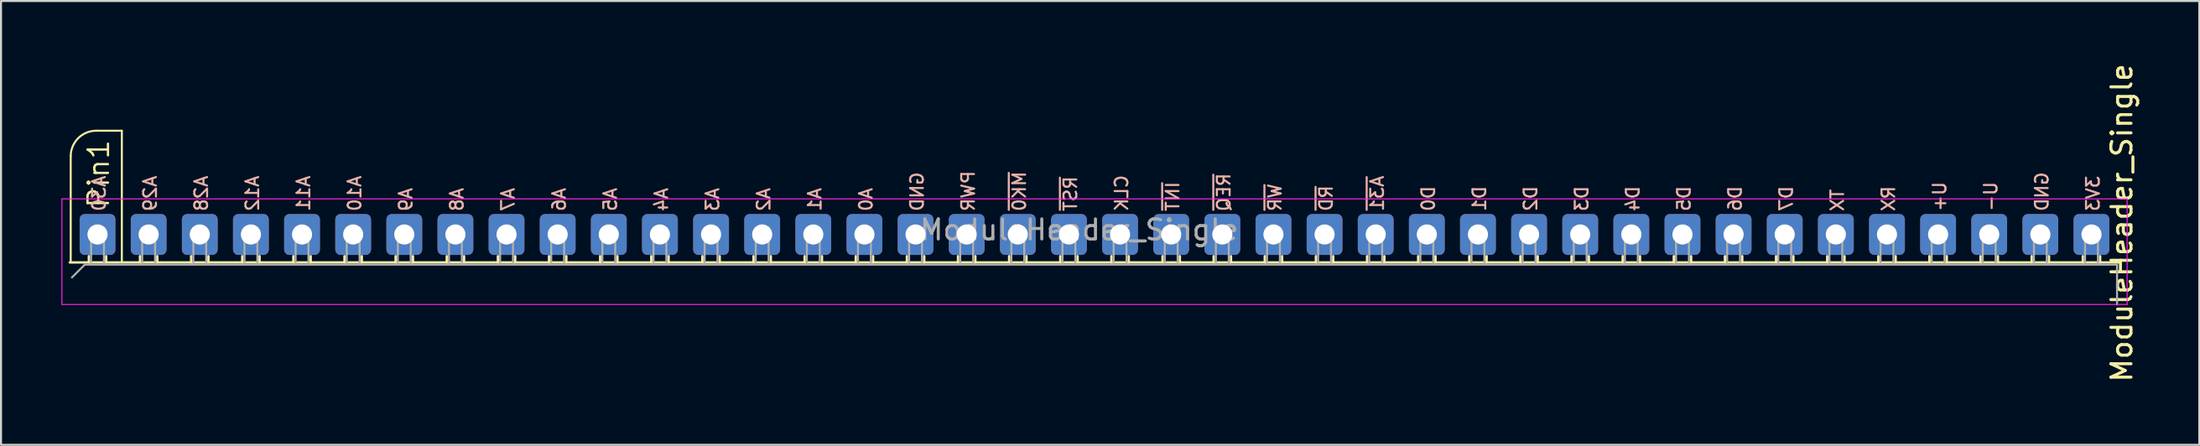
<source format=kicad_pcb>
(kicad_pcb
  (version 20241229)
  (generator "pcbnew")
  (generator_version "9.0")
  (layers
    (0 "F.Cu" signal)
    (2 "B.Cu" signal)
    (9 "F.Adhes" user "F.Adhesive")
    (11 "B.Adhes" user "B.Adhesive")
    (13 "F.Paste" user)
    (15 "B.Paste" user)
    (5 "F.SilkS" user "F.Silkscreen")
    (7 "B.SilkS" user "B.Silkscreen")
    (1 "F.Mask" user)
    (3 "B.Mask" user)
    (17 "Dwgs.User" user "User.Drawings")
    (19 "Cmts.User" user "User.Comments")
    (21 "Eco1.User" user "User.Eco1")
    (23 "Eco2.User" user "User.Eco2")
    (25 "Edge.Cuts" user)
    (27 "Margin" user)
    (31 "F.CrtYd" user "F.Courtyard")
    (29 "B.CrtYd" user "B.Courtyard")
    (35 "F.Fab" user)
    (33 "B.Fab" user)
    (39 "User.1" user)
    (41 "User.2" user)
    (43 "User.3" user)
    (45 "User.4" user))
  (footprint "ModuleHeader_Single"
    (layer "F.Cu")
    (at 48.723 11.067)
    (property "Reference" "ModuleHeader_Single" (at 53.64 -3.038 270) (layer "F.SilkS") (effects (font (size 1 1) (thickness 0.15))))
    (attr through_hole)
    (fp_line (start -48.308 -1.073) (end 53.512 -1.073) (stroke (width 0.12) (type solid)) (layer "F.SilkS"))
    (fp_line (start -48.26 -6.35) (end -48.26 -1.092) (stroke (width 0.1) (type default)) (layer "F.SilkS"))
    (fp_line (start -47.358 -1.385) (end -47.358 -1.073) (stroke (width 0.12) (type solid)) (layer "F.SilkS"))
    (fp_line (start -46.498 -1.385) (end -46.498 -1.073) (stroke (width 0.12) (type solid)) (layer "F.SilkS"))
    (fp_line (start -45.72 -7.62) (end -46.99 -7.62) (stroke (width 0.1) (type default)) (layer "F.SilkS"))
    (fp_line (start -45.72 -7.62) (end -45.72 -1.092) (stroke (width 0.1) (type default)) (layer "F.SilkS"))
    (fp_line (start -44.818 -1.385) (end -44.818 -1.073) (stroke (width 0.12) (type solid)) (layer "F.SilkS"))
    (fp_line (start -43.958 -1.385) (end -43.958 -1.073) (stroke (width 0.12) (type solid)) (layer "F.SilkS"))
    (fp_line (start -42.278 -1.385) (end -42.278 -1.073) (stroke (width 0.12) (type solid)) (layer "F.SilkS"))
    (fp_line (start -41.418 -1.385) (end -41.418 -1.073) (stroke (width 0.12) (type solid)) (layer "F.SilkS"))
    (fp_line (start -39.738 -1.385) (end -39.738 -1.073) (stroke (width 0.12) (type solid)) (layer "F.SilkS"))
    (fp_line (start -38.878 -1.385) (end -38.878 -1.073) (stroke (width 0.12) (type solid)) (layer "F.SilkS"))
    (fp_line (start -37.198 -1.385) (end -37.198 -1.073) (stroke (width 0.12) (type solid)) (layer "F.SilkS"))
    (fp_line (start -36.338 -1.385) (end -36.338 -1.073) (stroke (width 0.12) (type solid)) (layer "F.SilkS"))
    (fp_line (start -34.658 -1.385) (end -34.658 -1.073) (stroke (width 0.12) (type solid)) (layer "F.SilkS"))
    (fp_line (start -33.798 -1.385) (end -33.798 -1.073) (stroke (width 0.12) (type solid)) (layer "F.SilkS"))
    (fp_line (start -32.118 -1.385) (end -32.118 -1.073) (stroke (width 0.12) (type solid)) (layer "F.SilkS"))
    (fp_line (start -31.258 -1.385) (end -31.258 -1.073) (stroke (width 0.12) (type solid)) (layer "F.SilkS"))
    (fp_line (start -29.578 -1.385) (end -29.578 -1.073) (stroke (width 0.12) (type solid)) (layer "F.SilkS"))
    (fp_line (start -28.718 -1.385) (end -28.718 -1.073) (stroke (width 0.12) (type solid)) (layer "F.SilkS"))
    (fp_line (start -27.038 -1.385) (end -27.038 -1.073) (stroke (width 0.12) (type solid)) (layer "F.SilkS"))
    (fp_line (start -26.178 -1.385) (end -26.178 -1.073) (stroke (width 0.12) (type solid)) (layer "F.SilkS"))
    (fp_line (start -24.498 -1.385) (end -24.498 -1.073) (stroke (width 0.12) (type solid)) (layer "F.SilkS"))
    (fp_line (start -23.638 -1.385) (end -23.638 -1.073) (stroke (width 0.12) (type solid)) (layer "F.SilkS"))
    (fp_line (start -21.958 -1.385) (end -21.958 -1.073) (stroke (width 0.12) (type solid)) (layer "F.SilkS"))
    (fp_line (start -21.098 -1.385) (end -21.098 -1.073) (stroke (width 0.12) (type solid)) (layer "F.SilkS"))
    (fp_line (start -19.418 -1.385) (end -19.418 -1.073) (stroke (width 0.12) (type solid)) (layer "F.SilkS"))
    (fp_line (start -18.558 -1.385) (end -18.558 -1.073) (stroke (width 0.12) (type solid)) (layer "F.SilkS"))
    (fp_line (start -16.878 -1.385) (end -16.878 -1.073) (stroke (width 0.12) (type solid)) (layer "F.SilkS"))
    (fp_line (start -16.018 -1.385) (end -16.018 -1.073) (stroke (width 0.12) (type solid)) (layer "F.SilkS"))
    (fp_line (start -14.338 -1.385) (end -14.338 -1.073) (stroke (width 0.12) (type solid)) (layer "F.SilkS"))
    (fp_line (start -13.478 -1.385) (end -13.478 -1.073) (stroke (width 0.12) (type solid)) (layer "F.SilkS"))
    (fp_line (start -11.798 -1.385) (end -11.798 -1.073) (stroke (width 0.12) (type solid)) (layer "F.SilkS"))
    (fp_line (start -10.938 -1.385) (end -10.938 -1.073) (stroke (width 0.12) (type solid)) (layer "F.SilkS"))
    (fp_line (start -9.258 -1.385) (end -9.258 -1.073) (stroke (width 0.12) (type solid)) (layer "F.SilkS"))
    (fp_line (start -8.398 -1.385) (end -8.398 -1.073) (stroke (width 0.12) (type solid)) (layer "F.SilkS"))
    (fp_line (start -6.718 -1.385) (end -6.718 -1.073) (stroke (width 0.12) (type solid)) (layer "F.SilkS"))
    (fp_line (start -5.858 -1.385) (end -5.858 -1.073) (stroke (width 0.12) (type solid)) (layer "F.SilkS"))
    (fp_line (start -4.178 -1.385) (end -4.178 -1.073) (stroke (width 0.12) (type solid)) (layer "F.SilkS"))
    (fp_line (start -3.318 -1.385) (end -3.318 -1.073) (stroke (width 0.12) (type solid)) (layer "F.SilkS"))
    (fp_line (start -1.638 -1.385) (end -1.638 -1.073) (stroke (width 0.12) (type solid)) (layer "F.SilkS"))
    (fp_line (start -0.778 -1.385) (end -0.778 -1.073) (stroke (width 0.12) (type solid)) (layer "F.SilkS"))
    (fp_line (start 0.902 -1.385) (end 0.902 -1.073) (stroke (width 0.12) (type solid)) (layer "F.SilkS"))
    (fp_line (start 1.762 -1.385) (end 1.762 -1.073) (stroke (width 0.12) (type solid)) (layer "F.SilkS"))
    (fp_line (start 3.442 -1.385) (end 3.442 -1.073) (stroke (width 0.12) (type solid)) (layer "F.SilkS"))
    (fp_line (start 4.302 -1.385) (end 4.302 -1.073) (stroke (width 0.12) (type solid)) (layer "F.SilkS"))
    (fp_line (start 5.982 -1.385) (end 5.982 -1.073) (stroke (width 0.12) (type solid)) (layer "F.SilkS"))
    (fp_line (start 6.842 -1.385) (end 6.842 -1.073) (stroke (width 0.12) (type solid)) (layer "F.SilkS"))
    (fp_line (start 8.522 -1.385) (end 8.522 -1.073) (stroke (width 0.12) (type solid)) (layer "F.SilkS"))
    (fp_line (start 9.382 -1.385) (end 9.382 -1.073) (stroke (width 0.12) (type solid)) (layer "F.SilkS"))
    (fp_line (start 11.062 -1.385) (end 11.062 -1.073) (stroke (width 0.12) (type solid)) (layer "F.SilkS"))
    (fp_line (start 11.922 -1.385) (end 11.922 -1.073) (stroke (width 0.12) (type solid)) (layer "F.SilkS"))
    (fp_line (start 13.602 -1.385) (end 13.602 -1.073) (stroke (width 0.12) (type solid)) (layer "F.SilkS"))
    (fp_line (start 14.462 -1.385) (end 14.462 -1.073) (stroke (width 0.12) (type solid)) (layer "F.SilkS"))
    (fp_line (start 16.142 -1.385) (end 16.142 -1.073) (stroke (width 0.12) (type solid)) (layer "F.SilkS"))
    (fp_line (start 17.002 -1.385) (end 17.002 -1.073) (stroke (width 0.12) (type solid)) (layer "F.SilkS"))
    (fp_line (start 18.682 -1.385) (end 18.682 -1.073) (stroke (width 0.12) (type solid)) (layer "F.SilkS"))
    (fp_line (start 19.542 -1.385) (end 19.542 -1.073) (stroke (width 0.12) (type solid)) (layer "F.SilkS"))
    (fp_line (start 21.222 -1.385) (end 21.222 -1.073) (stroke (width 0.12) (type solid)) (layer "F.SilkS"))
    (fp_line (start 22.082 -1.385) (end 22.082 -1.073) (stroke (width 0.12) (type solid)) (layer "F.SilkS"))
    (fp_line (start 23.762 -1.385) (end 23.762 -1.073) (stroke (width 0.12) (type solid)) (layer "F.SilkS"))
    (fp_line (start 24.622 -1.385) (end 24.622 -1.073) (stroke (width 0.12) (type solid)) (layer "F.SilkS"))
    (fp_line (start 26.302 -1.385) (end 26.302 -1.073) (stroke (width 0.12) (type solid)) (layer "F.SilkS"))
    (fp_line (start 27.162 -1.385) (end 27.162 -1.073) (stroke (width 0.12) (type solid)) (layer "F.SilkS"))
    (fp_line (start 28.842 -1.385) (end 28.842 -1.073) (stroke (width 0.12) (type solid)) (layer "F.SilkS"))
    (fp_line (start 29.702 -1.385) (end 29.702 -1.073) (stroke (width 0.12) (type solid)) (layer "F.SilkS"))
    (fp_line (start 31.382 -1.385) (end 31.382 -1.073) (stroke (width 0.12) (type solid)) (layer "F.SilkS"))
    (fp_line (start 32.242 -1.385) (end 32.242 -1.073) (stroke (width 0.12) (type solid)) (layer "F.SilkS"))
    (fp_line (start 33.922 -1.385) (end 33.922 -1.073) (stroke (width 0.12) (type solid)) (layer "F.SilkS"))
    (fp_line (start 34.782 -1.385) (end 34.782 -1.073) (stroke (width 0.12) (type solid)) (layer "F.SilkS"))
    (fp_line (start 36.462 -1.385) (end 36.462 -1.073) (stroke (width 0.12) (type solid)) (layer "F.SilkS"))
    (fp_line (start 37.322 -1.385) (end 37.322 -1.073) (stroke (width 0.12) (type solid)) (layer "F.SilkS"))
    (fp_line (start 39.002 -1.385) (end 39.002 -1.073) (stroke (width 0.12) (type solid)) (layer "F.SilkS"))
    (fp_line (start 39.862 -1.385) (end 39.862 -1.073) (stroke (width 0.12) (type solid)) (layer "F.SilkS"))
    (fp_line (start 41.542 -1.385) (end 41.542 -1.073) (stroke (width 0.12) (type solid)) (layer "F.SilkS"))
    (fp_line (start 42.402 -1.385) (end 42.402 -1.073) (stroke (width 0.12) (type solid)) (layer "F.SilkS"))
    (fp_line (start 44.082 -1.385) (end 44.082 -1.073) (stroke (width 0.12) (type solid)) (layer "F.SilkS"))
    (fp_line (start 44.942 -1.385) (end 44.942 -1.073) (stroke (width 0.12) (type solid)) (layer "F.SilkS"))
    (fp_line (start 46.622 -1.385) (end 46.622 -1.073) (stroke (width 0.12) (type solid)) (layer "F.SilkS"))
    (fp_line (start 47.482 -1.385) (end 47.482 -1.073) (stroke (width 0.12) (type solid)) (layer "F.SilkS"))
    (fp_line (start 49.162 -1.385) (end 49.162 -1.073) (stroke (width 0.12) (type solid)) (layer "F.SilkS"))
    (fp_line (start 50.022 -1.385) (end 50.022 -1.073) (stroke (width 0.12) (type solid)) (layer "F.SilkS"))
    (fp_line (start 51.702 -1.385) (end 51.702 -1.073) (stroke (width 0.12) (type solid)) (layer "F.SilkS"))
    (fp_line (start 52.562 -1.385) (end 52.562 -1.073) (stroke (width 0.12) (type solid)) (layer "F.SilkS"))
    (fp_arc (start -48.26 -6.35) (mid -47.888026 -7.248026) (end -46.99 -7.62) (stroke (width 0.1) (type default)) (layer "F.SilkS"))
    (fp_line (start -48.698 -4.233) (end 53.902 -4.233) (stroke (width 0.05) (type solid)) (layer "F.CrtYd"))
    (fp_line (start -48.698 1.016) (end -48.698 -4.233) (stroke (width 0.05) (type solid)) (layer "F.CrtYd"))
    (fp_line (start -48.692 1.016) (end 53.899 1.016) (stroke (width 0.05) (type solid)) (layer "F.CrtYd"))
    (fp_line (start 53.902 -4.233) (end 53.902 1.016) (stroke (width 0.05) (type solid)) (layer "F.CrtYd"))
    (fp_line (start -47.563 -0.963) (end -48.198 -0.328) (stroke (width 0.1) (type solid)) (layer "F.Fab"))
    (fp_line (start -47.248 -2.783) (end -47.248 -0.988) (stroke (width 0.1) (type solid)) (layer "F.Fab"))
    (fp_line (start -47.248 -2.783) (end -46.608 -2.783) (stroke (width 0.1) (type solid)) (layer "F.Fab"))
    (fp_line (start -46.608 -2.783) (end -46.608 -0.988) (stroke (width 0.1) (type solid)) (layer "F.Fab"))
    (fp_line (start -44.708 -2.783) (end -44.708 -0.988) (stroke (width 0.1) (type solid)) (layer "F.Fab"))
    (fp_line (start -44.708 -2.783) (end -44.068 -2.783) (stroke (width 0.1) (type solid)) (layer "F.Fab"))
    (fp_line (start -44.068 -2.783) (end -44.068 -0.988) (stroke (width 0.1) (type solid)) (layer "F.Fab"))
    (fp_line (start -42.168 -2.783) (end -42.168 -0.988) (stroke (width 0.1) (type solid)) (layer "F.Fab"))
    (fp_line (start -42.168 -2.783) (end -41.528 -2.783) (stroke (width 0.1) (type solid)) (layer "F.Fab"))
    (fp_line (start -41.528 -2.783) (end -41.528 -0.988) (stroke (width 0.1) (type solid)) (layer "F.Fab"))
    (fp_line (start -39.628 -2.783) (end -39.628 -0.988) (stroke (width 0.1) (type solid)) (layer "F.Fab"))
    (fp_line (start -39.628 -2.783) (end -38.988 -2.783) (stroke (width 0.1) (type solid)) (layer "F.Fab"))
    (fp_line (start -38.988 -2.783) (end -38.988 -0.988) (stroke (width 0.1) (type solid)) (layer "F.Fab"))
    (fp_line (start -37.088 -2.783) (end -37.088 -0.988) (stroke (width 0.1) (type solid)) (layer "F.Fab"))
    (fp_line (start -37.088 -2.783) (end -36.448 -2.783) (stroke (width 0.1) (type solid)) (layer "F.Fab"))
    (fp_line (start -36.448 -2.783) (end -36.448 -0.988) (stroke (width 0.1) (type solid)) (layer "F.Fab"))
    (fp_line (start -34.548 -2.783) (end -34.548 -0.988) (stroke (width 0.1) (type solid)) (layer "F.Fab"))
    (fp_line (start -34.548 -2.783) (end -33.908 -2.783) (stroke (width 0.1) (type solid)) (layer "F.Fab"))
    (fp_line (start -33.908 -2.783) (end -33.908 -0.988) (stroke (width 0.1) (type solid)) (layer "F.Fab"))
    (fp_line (start -32.008 -2.783) (end -32.008 -0.988) (stroke (width 0.1) (type solid)) (layer "F.Fab"))
    (fp_line (start -32.008 -2.783) (end -31.368 -2.783) (stroke (width 0.1) (type solid)) (layer "F.Fab"))
    (fp_line (start -31.368 -2.783) (end -31.368 -0.988) (stroke (width 0.1) (type solid)) (layer "F.Fab"))
    (fp_line (start -29.468 -2.783) (end -29.468 -0.988) (stroke (width 0.1) (type solid)) (layer "F.Fab"))
    (fp_line (start -29.468 -2.783) (end -28.828 -2.783) (stroke (width 0.1) (type solid)) (layer "F.Fab"))
    (fp_line (start -28.828 -2.783) (end -28.828 -0.988) (stroke (width 0.1) (type solid)) (layer "F.Fab"))
    (fp_line (start -26.928 -2.783) (end -26.928 -0.988) (stroke (width 0.1) (type solid)) (layer "F.Fab"))
    (fp_line (start -26.928 -2.783) (end -26.288 -2.783) (stroke (width 0.1) (type solid)) (layer "F.Fab"))
    (fp_line (start -26.288 -2.783) (end -26.288 -0.988) (stroke (width 0.1) (type solid)) (layer "F.Fab"))
    (fp_line (start -24.388 -2.783) (end -24.388 -0.988) (stroke (width 0.1) (type solid)) (layer "F.Fab"))
    (fp_line (start -24.388 -2.783) (end -23.748 -2.783) (stroke (width 0.1) (type solid)) (layer "F.Fab"))
    (fp_line (start -23.748 -2.783) (end -23.748 -0.988) (stroke (width 0.1) (type solid)) (layer "F.Fab"))
    (fp_line (start -21.848 -2.783) (end -21.848 -0.988) (stroke (width 0.1) (type solid)) (layer "F.Fab"))
    (fp_line (start -21.848 -2.783) (end -21.208 -2.783) (stroke (width 0.1) (type solid)) (layer "F.Fab"))
    (fp_line (start -21.208 -2.783) (end -21.208 -0.988) (stroke (width 0.1) (type solid)) (layer "F.Fab"))
    (fp_line (start -19.308 -2.783) (end -19.308 -0.988) (stroke (width 0.1) (type solid)) (layer "F.Fab"))
    (fp_line (start -19.308 -2.783) (end -18.668 -2.783) (stroke (width 0.1) (type solid)) (layer "F.Fab"))
    (fp_line (start -18.668 -2.783) (end -18.668 -0.988) (stroke (width 0.1) (type solid)) (layer "F.Fab"))
    (fp_line (start -16.768 -2.783) (end -16.768 -0.988) (stroke (width 0.1) (type solid)) (layer "F.Fab"))
    (fp_line (start -16.768 -2.783) (end -16.128 -2.783) (stroke (width 0.1) (type solid)) (layer "F.Fab"))
    (fp_line (start -16.128 -2.783) (end -16.128 -0.988) (stroke (width 0.1) (type solid)) (layer "F.Fab"))
    (fp_line (start -14.228 -2.783) (end -14.228 -0.988) (stroke (width 0.1) (type solid)) (layer "F.Fab"))
    (fp_line (start -14.228 -2.783) (end -13.588 -2.783) (stroke (width 0.1) (type solid)) (layer "F.Fab"))
    (fp_line (start -13.588 -2.783) (end -13.588 -0.988) (stroke (width 0.1) (type solid)) (layer "F.Fab"))
    (fp_line (start -11.688 -2.783) (end -11.688 -0.988) (stroke (width 0.1) (type solid)) (layer "F.Fab"))
    (fp_line (start -11.688 -2.783) (end -11.048 -2.783) (stroke (width 0.1) (type solid)) (layer "F.Fab"))
    (fp_line (start -11.048 -2.783) (end -11.048 -0.988) (stroke (width 0.1) (type solid)) (layer "F.Fab"))
    (fp_line (start -9.148 -2.783) (end -9.148 -0.988) (stroke (width 0.1) (type solid)) (layer "F.Fab"))
    (fp_line (start -9.148 -2.783) (end -8.508 -2.783) (stroke (width 0.1) (type solid)) (layer "F.Fab"))
    (fp_line (start -8.508 -2.783) (end -8.508 -0.988) (stroke (width 0.1) (type solid)) (layer "F.Fab"))
    (fp_line (start -6.608 -2.783) (end -6.608 -0.988) (stroke (width 0.1) (type solid)) (layer "F.Fab"))
    (fp_line (start -6.608 -2.783) (end -5.968 -2.783) (stroke (width 0.1) (type solid)) (layer "F.Fab"))
    (fp_line (start -5.968 -2.783) (end -5.968 -0.988) (stroke (width 0.1) (type solid)) (layer "F.Fab"))
    (fp_line (start -4.068 -2.783) (end -4.068 -0.988) (stroke (width 0.1) (type solid)) (layer "F.Fab"))
    (fp_line (start -4.068 -2.783) (end -3.428 -2.783) (stroke (width 0.1) (type solid)) (layer "F.Fab"))
    (fp_line (start -3.428 -2.783) (end -3.428 -0.988) (stroke (width 0.1) (type solid)) (layer "F.Fab"))
    (fp_line (start -1.528 -2.783) (end -1.528 -0.988) (stroke (width 0.1) (type solid)) (layer "F.Fab"))
    (fp_line (start -1.528 -2.783) (end -0.888 -2.783) (stroke (width 0.1) (type solid)) (layer "F.Fab"))
    (fp_line (start -0.888 -2.783) (end -0.888 -0.988) (stroke (width 0.1) (type solid)) (layer "F.Fab"))
    (fp_line (start 1.012 -2.783) (end 1.012 -0.988) (stroke (width 0.1) (type solid)) (layer "F.Fab"))
    (fp_line (start 1.012 -2.783) (end 1.652 -2.783) (stroke (width 0.1) (type solid)) (layer "F.Fab"))
    (fp_line (start 1.652 -2.783) (end 1.652 -0.988) (stroke (width 0.1) (type solid)) (layer "F.Fab"))
    (fp_line (start 3.552 -2.783) (end 3.552 -0.988) (stroke (width 0.1) (type solid)) (layer "F.Fab"))
    (fp_line (start 3.552 -2.783) (end 4.192 -2.783) (stroke (width 0.1) (type solid)) (layer "F.Fab"))
    (fp_line (start 4.192 -2.783) (end 4.192 -0.988) (stroke (width 0.1) (type solid)) (layer "F.Fab"))
    (fp_line (start 6.092 -2.783) (end 6.092 -0.988) (stroke (width 0.1) (type solid)) (layer "F.Fab"))
    (fp_line (start 6.092 -2.783) (end 6.732 -2.783) (stroke (width 0.1) (type solid)) (layer "F.Fab"))
    (fp_line (start 6.732 -2.783) (end 6.732 -0.988) (stroke (width 0.1) (type solid)) (layer "F.Fab"))
    (fp_line (start 8.632 -2.783) (end 8.632 -0.988) (stroke (width 0.1) (type solid)) (layer "F.Fab"))
    (fp_line (start 8.632 -2.783) (end 9.272 -2.783) (stroke (width 0.1) (type solid)) (layer "F.Fab"))
    (fp_line (start 9.272 -2.783) (end 9.272 -0.988) (stroke (width 0.1) (type solid)) (layer "F.Fab"))
    (fp_line (start 11.172 -2.783) (end 11.172 -0.988) (stroke (width 0.1) (type solid)) (layer "F.Fab"))
    (fp_line (start 11.172 -2.783) (end 11.812 -2.783) (stroke (width 0.1) (type solid)) (layer "F.Fab"))
    (fp_line (start 11.812 -2.783) (end 11.812 -0.988) (stroke (width 0.1) (type solid)) (layer "F.Fab"))
    (fp_line (start 13.712 -2.783) (end 13.712 -0.988) (stroke (width 0.1) (type solid)) (layer "F.Fab"))
    (fp_line (start 13.712 -2.783) (end 14.352 -2.783) (stroke (width 0.1) (type solid)) (layer "F.Fab"))
    (fp_line (start 14.352 -2.783) (end 14.352 -0.988) (stroke (width 0.1) (type solid)) (layer "F.Fab"))
    (fp_line (start 16.252 -2.783) (end 16.252 -0.988) (stroke (width 0.1) (type solid)) (layer "F.Fab"))
    (fp_line (start 16.252 -2.783) (end 16.892 -2.783) (stroke (width 0.1) (type solid)) (layer "F.Fab"))
    (fp_line (start 16.892 -2.783) (end 16.892 -0.988) (stroke (width 0.1) (type solid)) (layer "F.Fab"))
    (fp_line (start 18.792 -2.783) (end 18.792 -0.988) (stroke (width 0.1) (type solid)) (layer "F.Fab"))
    (fp_line (start 18.792 -2.783) (end 19.432 -2.783) (stroke (width 0.1) (type solid)) (layer "F.Fab"))
    (fp_line (start 19.432 -2.783) (end 19.432 -0.988) (stroke (width 0.1) (type solid)) (layer "F.Fab"))
    (fp_line (start 21.332 -2.783) (end 21.332 -0.988) (stroke (width 0.1) (type solid)) (layer "F.Fab"))
    (fp_line (start 21.332 -2.783) (end 21.972 -2.783) (stroke (width 0.1) (type solid)) (layer "F.Fab"))
    (fp_line (start 21.972 -2.783) (end 21.972 -0.988) (stroke (width 0.1) (type solid)) (layer "F.Fab"))
    (fp_line (start 23.872 -2.783) (end 23.872 -0.988) (stroke (width 0.1) (type solid)) (layer "F.Fab"))
    (fp_line (start 23.872 -2.783) (end 24.512 -2.783) (stroke (width 0.1) (type solid)) (layer "F.Fab"))
    (fp_line (start 24.512 -2.783) (end 24.512 -0.988) (stroke (width 0.1) (type solid)) (layer "F.Fab"))
    (fp_line (start 26.412 -2.783) (end 26.412 -0.988) (stroke (width 0.1) (type solid)) (layer "F.Fab"))
    (fp_line (start 26.412 -2.783) (end 27.052 -2.783) (stroke (width 0.1) (type solid)) (layer "F.Fab"))
    (fp_line (start 27.052 -2.783) (end 27.052 -0.988) (stroke (width 0.1) (type solid)) (layer "F.Fab"))
    (fp_line (start 28.952 -2.783) (end 28.952 -0.988) (stroke (width 0.1) (type solid)) (layer "F.Fab"))
    (fp_line (start 28.952 -2.783) (end 29.592 -2.783) (stroke (width 0.1) (type solid)) (layer "F.Fab"))
    (fp_line (start 29.592 -2.783) (end 29.592 -0.988) (stroke (width 0.1) (type solid)) (layer "F.Fab"))
    (fp_line (start 31.492 -2.783) (end 31.492 -0.988) (stroke (width 0.1) (type solid)) (layer "F.Fab"))
    (fp_line (start 31.492 -2.783) (end 32.132 -2.783) (stroke (width 0.1) (type solid)) (layer "F.Fab"))
    (fp_line (start 32.132 -2.783) (end 32.132 -0.988) (stroke (width 0.1) (type solid)) (layer "F.Fab"))
    (fp_line (start 34.032 -2.783) (end 34.032 -0.988) (stroke (width 0.1) (type solid)) (layer "F.Fab"))
    (fp_line (start 34.032 -2.783) (end 34.672 -2.783) (stroke (width 0.1) (type solid)) (layer "F.Fab"))
    (fp_line (start 34.672 -2.783) (end 34.672 -0.988) (stroke (width 0.1) (type solid)) (layer "F.Fab"))
    (fp_line (start 36.572 -2.783) (end 36.572 -0.988) (stroke (width 0.1) (type solid)) (layer "F.Fab"))
    (fp_line (start 36.572 -2.783) (end 37.212 -2.783) (stroke (width 0.1) (type solid)) (layer "F.Fab"))
    (fp_line (start 37.212 -2.783) (end 37.212 -0.988) (stroke (width 0.1) (type solid)) (layer "F.Fab"))
    (fp_line (start 39.112 -2.783) (end 39.112 -0.988) (stroke (width 0.1) (type solid)) (layer "F.Fab"))
    (fp_line (start 39.112 -2.783) (end 39.752 -2.783) (stroke (width 0.1) (type solid)) (layer "F.Fab"))
    (fp_line (start 39.752 -2.783) (end 39.752 -0.988) (stroke (width 0.1) (type solid)) (layer "F.Fab"))
    (fp_line (start 41.652 -2.783) (end 41.652 -0.988) (stroke (width 0.1) (type solid)) (layer "F.Fab"))
    (fp_line (start 41.652 -2.783) (end 42.292 -2.783) (stroke (width 0.1) (type solid)) (layer "F.Fab"))
    (fp_line (start 42.292 -2.783) (end 42.292 -0.988) (stroke (width 0.1) (type solid)) (layer "F.Fab"))
    (fp_line (start 44.192 -2.783) (end 44.192 -0.988) (stroke (width 0.1) (type solid)) (layer "F.Fab"))
    (fp_line (start 44.192 -2.783) (end 44.832 -2.783) (stroke (width 0.1) (type solid)) (layer "F.Fab"))
    (fp_line (start 44.832 -2.783) (end 44.832 -0.988) (stroke (width 0.1) (type solid)) (layer "F.Fab"))
    (fp_line (start 46.732 -2.783) (end 46.732 -0.988) (stroke (width 0.1) (type solid)) (layer "F.Fab"))
    (fp_line (start 46.732 -2.783) (end 47.372 -2.783) (stroke (width 0.1) (type solid)) (layer "F.Fab"))
    (fp_line (start 47.372 -2.783) (end 47.372 -0.988) (stroke (width 0.1) (type solid)) (layer "F.Fab"))
    (fp_line (start 49.272 -2.783) (end 49.272 -0.988) (stroke (width 0.1) (type solid)) (layer "F.Fab"))
    (fp_line (start 49.272 -2.783) (end 49.912 -2.783) (stroke (width 0.1) (type solid)) (layer "F.Fab"))
    (fp_line (start 49.912 -2.783) (end 49.912 -0.988) (stroke (width 0.1) (type solid)) (layer "F.Fab"))
    (fp_line (start 51.812 -2.783) (end 51.812 -0.988) (stroke (width 0.1) (type solid)) (layer "F.Fab"))
    (fp_line (start 51.812 -2.783) (end 52.452 -2.783) (stroke (width 0.1) (type solid)) (layer "F.Fab"))
    (fp_line (start 52.452 -2.783) (end 52.452 -0.988) (stroke (width 0.1) (type solid)) (layer "F.Fab"))
    (fp_line (start 53.402 -0.963) (end -47.563 -0.963) (stroke (width 0.1) (type solid)) (layer "F.Fab"))
    (fp_line (start 53.402 1.016) (end 53.402 -0.963) (stroke (width 0.1) (type solid)) (layer "F.Fab"))
    (fp_text user "Pin1" (at -46.279 -3.708 90) (unlocked yes) (layer "F.SilkS") (effects (font (size 1.016 1.016) (thickness 0.114)) (justify left bottom)))
    (fp_text user "CLK" (at 4.318 -3.556 90) (unlocked yes) (layer "B.SilkS") (effects (font (size 0.635 0.635) (thickness 0.102)) (justify right bottom mirror)))
    (fp_text user "A12" (at -38.862 -3.556 90) (unlocked yes) (layer "B.SilkS") (effects (font (size 0.635 0.635) (thickness 0.102)) (justify right bottom mirror)))
    (fp_text user "A29" (at -43.942 -3.556 90) (unlocked yes) (layer "B.SilkS") (effects (font (size 0.635 0.635) (thickness 0.102)) (justify right bottom mirror)))
    (fp_text user "~{REQ}" (at 9.398 -3.556 90) (unlocked yes) (layer "B.SilkS") (effects (font (size 0.635 0.635) (thickness 0.102)) (justify right bottom mirror)))
    (fp_text user "U+" (at 44.958 -3.556 90) (unlocked yes) (layer "B.SilkS") (effects (font (size 0.635 0.635) (thickness 0.102)) (justify right bottom mirror)))
    (fp_text user "A10" (at -33.782 -3.556 90) (unlocked yes) (layer "B.SilkS") (effects (font (size 0.635 0.635) (thickness 0.102)) (justify right bottom mirror)))
    (fp_text user "A2" (at -13.462 -3.556 90) (unlocked yes) (layer "B.SilkS") (effects (font (size 0.635 0.635) (thickness 0.102)) (justify right bottom mirror)))
    (fp_text user "A7" (at -26.162 -3.556 90) (unlocked yes) (layer "B.SilkS") (effects (font (size 0.635 0.635) (thickness 0.102)) (justify right bottom mirror)))
    (fp_text user "TX" (at 39.878 -3.556 90) (unlocked yes) (layer "B.SilkS") (effects (font (size 0.635 0.635) (thickness 0.102)) (justify right bottom mirror)))
    (fp_text user "~{WR}" (at 11.938 -3.556 90) (unlocked yes) (layer "B.SilkS") (effects (font (size 0.635 0.635) (thickness 0.102)) (justify right bottom mirror)))
    (fp_text user "A30" (at -46.482 -3.556 90) (unlocked yes) (layer "B.SilkS") (effects (font (size 0.635 0.635) (thickness 0.102)) (justify right bottom mirror)))
    (fp_text user "A9" (at -31.242 -3.556 90) (unlocked yes) (layer "B.SilkS") (effects (font (size 0.635 0.635) (thickness 0.102)) (justify right bottom mirror)))
    (fp_text user "GND" (at 50.038 -3.556 90) (unlocked yes) (layer "B.SilkS") (effects (font (size 0.635 0.635) (thickness 0.102)) (justify right bottom mirror)))
    (fp_text user "GND" (at -5.842 -3.556 90) (unlocked yes) (layer "B.SilkS") (effects (font (size 0.635 0.635) (thickness 0.102)) (justify right bottom mirror)))
    (fp_text user "D1" (at 22.098 -3.556 90) (unlocked yes) (layer "B.SilkS") (effects (font (size 0.635 0.635) (thickness 0.102)) (justify right bottom mirror)))
    (fp_text user "D5" (at 32.258 -3.556 90) (unlocked yes) (layer "B.SilkS") (effects (font (size 0.635 0.635) (thickness 0.102)) (justify right bottom mirror)))
    (fp_text user "U-" (at 47.498 -3.556 90) (unlocked yes) (layer "B.SilkS") (effects (font (size 0.635 0.635) (thickness 0.102)) (justify right bottom mirror)))
    (fp_text user "A8" (at -28.702 -3.556 90) (unlocked yes) (layer "B.SilkS") (effects (font (size 0.635 0.635) (thickness 0.102)) (justify right bottom mirror)))
    (fp_text user "A0" (at -8.382 -3.556 90) (unlocked yes) (layer "B.SilkS") (effects (font (size 0.635 0.635) (thickness 0.102)) (justify right bottom mirror)))
    (fp_text user "D7" (at 37.338 -3.556 90) (unlocked yes) (layer "B.SilkS") (effects (font (size 0.635 0.635) (thickness 0.102)) (justify right bottom mirror)))
    (fp_text user "D3" (at 27.178 -3.556 90) (unlocked yes) (layer "B.SilkS") (effects (font (size 0.635 0.635) (thickness 0.102)) (justify right bottom mirror)))
    (fp_text user "A5" (at -21.082 -3.556 90) (unlocked yes) (layer "B.SilkS") (effects (font (size 0.635 0.635) (thickness 0.102)) (justify right bottom mirror)))
    (fp_text user "D0" (at 19.558 -3.556 90) (unlocked yes) (layer "B.SilkS") (effects (font (size 0.635 0.635) (thickness 0.102)) (justify right bottom mirror)))
    (fp_text user "~{MK0}" (at -0.762 -3.556 90) (unlocked yes) (layer "B.SilkS") (effects (font (size 0.635 0.635) (thickness 0.102)) (justify right bottom mirror)))
    (fp_text user "PWR" (at -3.302 -3.556 90) (unlocked yes) (layer "B.SilkS") (effects (font (size 0.635 0.635) (thickness 0.102)) (justify right bottom mirror)))
    (fp_text user "D6" (at 34.798 -3.556 90) (unlocked yes) (layer "B.SilkS") (effects (font (size 0.635 0.635) (thickness 0.102)) (justify right bottom mirror)))
    (fp_text user "A3" (at -16.002 -3.556 90) (unlocked yes) (layer "B.SilkS") (effects (font (size 0.635 0.635) (thickness 0.102)) (justify right bottom mirror)))
    (fp_text user "D2" (at 24.638 -3.556 90) (unlocked yes) (layer "B.SilkS") (effects (font (size 0.635 0.635) (thickness 0.102)) (justify right bottom mirror)))
    (fp_text user "A28" (at -41.402 -3.556 90) (unlocked yes) (layer "B.SilkS") (effects (font (size 0.635 0.635) (thickness 0.102)) (justify right bottom mirror)))
    (fp_text user "D4" (at 29.718 -3.556 90) (unlocked yes) (layer "B.SilkS") (effects (font (size 0.635 0.635) (thickness 0.102)) (justify right bottom mirror)))
    (fp_text user "A1" (at -10.922 -3.556 90) (unlocked yes) (layer "B.SilkS") (effects (font (size 0.635 0.635) (thickness 0.102)) (justify right bottom mirror)))
    (fp_text user "~{RD}" (at 14.478 -3.556 90) (unlocked yes) (layer "B.SilkS") (effects (font (size 0.635 0.635) (thickness 0.102)) (justify right bottom mirror)))
    (fp_text user "~{RST}" (at 1.778 -3.556 90) (unlocked yes) (layer "B.SilkS") (effects (font (size 0.635 0.635) (thickness 0.102)) (justify right bottom mirror)))
    (fp_text user "~{A31}" (at 17.018 -3.556 90) (unlocked yes) (layer "B.SilkS") (effects (font (size 0.635 0.635) (thickness 0.102)) (justify right bottom mirror)))
    (fp_text user "A11" (at -36.322 -3.556 90) (unlocked yes) (layer "B.SilkS") (effects (font (size 0.635 0.635) (thickness 0.102)) (justify right bottom mirror)))
    (fp_text user "3V3" (at 52.578 -3.556 90) (unlocked yes) (layer "B.SilkS") (effects (font (size 0.635 0.635) (thickness 0.102)) (justify right bottom mirror)))
    (fp_text user "RX" (at 42.418 -3.556 90) (unlocked yes) (layer "B.SilkS") (effects (font (size 0.635 0.635) (thickness 0.102)) (justify right bottom mirror)))
    (fp_text user "~{INT}" (at 6.858 -3.556 90) (unlocked yes) (layer "B.SilkS") (effects (font (size 0.635 0.635) (thickness 0.102)) (justify right bottom mirror)))
    (fp_text user "A4" (at -18.542 -3.556 90) (unlocked yes) (layer "B.SilkS") (effects (font (size 0.635 0.635) (thickness 0.102)) (justify right bottom mirror)))
    (fp_text user "A6" (at -23.622 -3.556 90) (unlocked yes) (layer "B.SilkS") (effects (font (size 0.635 0.635) (thickness 0.102)) (justify right bottom mirror)))
    (fp_text user "${REFERENCE}" (at 1.84 -2.693 0) (layer "F.Fab") (effects (font (size 1 1) (thickness 0.15))))
    (pad "1" thru_hole roundrect (at -46.928 -2.463 90) (size 2.032 1.778) (drill 1) (layers "*.Cu" "*.Mask") (roundrect_rratio 0.141))
    (pad "2" thru_hole roundrect (at -44.388 -2.463 90) (size 2.032 1.778) (drill 1) (layers "*.Cu" "*.Mask") (roundrect_rratio 0.147))
    (pad "3" thru_hole roundrect (at -41.848 -2.463 90) (size 2.032 1.778) (drill 1) (layers "*.Cu" "*.Mask") (roundrect_rratio 0.147))
    (pad "4" thru_hole roundrect (at -39.308 -2.463 90) (size 2.032 1.778) (drill 1) (layers "*.Cu" "*.Mask") (roundrect_rratio 0.147))
    (pad "5" thru_hole roundrect (at -36.768 -2.463 90) (size 2.032 1.778) (drill 1) (layers "*.Cu" "*.Mask") (roundrect_rratio 0.147))
    (pad "6" thru_hole roundrect (at -34.228 -2.463 90) (size 2.032 1.778) (drill 1) (layers "*.Cu" "*.Mask") (roundrect_rratio 0.147))
    (pad "7" thru_hole roundrect (at -31.688 -2.463 90) (size 2.032 1.778) (drill 1) (layers "*.Cu" "*.Mask") (roundrect_rratio 0.147))
    (pad "8" thru_hole roundrect (at -29.148 -2.463 90) (size 2.032 1.778) (drill 1) (layers "*.Cu" "*.Mask") (roundrect_rratio 0.147))
    (pad "9" thru_hole roundrect (at -26.608 -2.463 90) (size 2.032 1.778) (drill 1) (layers "*.Cu" "*.Mask") (roundrect_rratio 0.147))
    (pad "10" thru_hole roundrect (at -24.068 -2.463 90) (size 2.032 1.778) (drill 1) (layers "*.Cu" "*.Mask") (roundrect_rratio 0.147))
    (pad "11" thru_hole roundrect (at -21.528 -2.463 90) (size 2.032 1.778) (drill 1) (layers "*.Cu" "*.Mask") (roundrect_rratio 0.147))
    (pad "12" thru_hole roundrect (at -18.988 -2.463 90) (size 2.032 1.778) (drill 1) (layers "*.Cu" "*.Mask") (roundrect_rratio 0.147))
    (pad "13" thru_hole roundrect (at -16.448 -2.463 90) (size 2.032 1.778) (drill 1) (layers "*.Cu" "*.Mask") (roundrect_rratio 0.147))
    (pad "14" thru_hole roundrect (at -13.908 -2.463 90) (size 2.032 1.778) (drill 1) (layers "*.Cu" "*.Mask") (roundrect_rratio 0.147))
    (pad "15" thru_hole roundrect (at -11.368 -2.463 90) (size 2.032 1.778) (drill 1) (layers "*.Cu" "*.Mask") (roundrect_rratio 0.147))
    (pad "16" thru_hole roundrect (at -8.828 -2.463 90) (size 2.032 1.778) (drill 1) (layers "*.Cu" "*.Mask") (roundrect_rratio 0.147))
    (pad "17" thru_hole roundrect (at -6.288 -2.463 90) (size 2.032 1.778) (drill 1) (layers "*.Cu" "*.Mask") (roundrect_rratio 0.147))
    (pad "18" thru_hole roundrect (at -3.748 -2.463 90) (size 2.032 1.778) (drill 1) (layers "*.Cu" "*.Mask") (roundrect_rratio 0.147))
    (pad "19" thru_hole roundrect (at -1.208 -2.463 90) (size 2.032 1.778) (drill 1) (layers "*.Cu" "*.Mask") (roundrect_rratio 0.147))
    (pad "20" thru_hole roundrect (at 1.332 -2.463 90) (size 2.032 1.778) (drill 1) (layers "*.Cu" "*.Mask") (roundrect_rratio 0.147))
    (pad "21" thru_hole roundrect (at 3.872 -2.463 90) (size 2.032 1.778) (drill 1) (layers "*.Cu" "*.Mask") (roundrect_rratio 0.147))
    (pad "22" thru_hole roundrect (at 6.412 -2.463 90) (size 2.032 1.778) (drill 1) (layers "*.Cu" "*.Mask") (roundrect_rratio 0.147))
    (pad "23" thru_hole roundrect (at 8.952 -2.463 90) (size 2.032 1.778) (drill 1) (layers "*.Cu" "*.Mask") (roundrect_rratio 0.147))
    (pad "24" thru_hole roundrect (at 11.492 -2.463 90) (size 2.032 1.778) (drill 1) (layers "*.Cu" "*.Mask") (roundrect_rratio 0.147))
    (pad "25" thru_hole roundrect (at 14.032 -2.463 90) (size 2.032 1.778) (drill 1) (layers "*.Cu" "*.Mask") (roundrect_rratio 0.147))
    (pad "26" thru_hole roundrect (at 16.572 -2.463 90) (size 2.032 1.778) (drill 1) (layers "*.Cu" "*.Mask") (roundrect_rratio 0.147))
    (pad "27" thru_hole roundrect (at 19.112 -2.463 90) (size 2.032 1.778) (drill 1) (layers "*.Cu" "*.Mask") (roundrect_rratio 0.147))
    (pad "28" thru_hole roundrect (at 21.652 -2.463 90) (size 2.032 1.778) (drill 1) (layers "*.Cu" "*.Mask") (roundrect_rratio 0.147))
    (pad "29" thru_hole roundrect (at 24.192 -2.463 90) (size 2.032 1.778) (drill 1) (layers "*.Cu" "*.Mask") (roundrect_rratio 0.147))
    (pad "30" thru_hole roundrect (at 26.732 -2.463 90) (size 2.032 1.778) (drill 1) (layers "*.Cu" "*.Mask") (roundrect_rratio 0.147))
    (pad "31" thru_hole roundrect (at 29.272 -2.463 90) (size 2.032 1.778) (drill 1) (layers "*.Cu" "*.Mask") (roundrect_rratio 0.147))
    (pad "32" thru_hole roundrect (at 31.812 -2.463 90) (size 2.032 1.778) (drill 1) (layers "*.Cu" "*.Mask") (roundrect_rratio 0.147))
    (pad "33" thru_hole roundrect (at 34.352 -2.463 90) (size 2.032 1.778) (drill 1) (layers "*.Cu" "*.Mask") (roundrect_rratio 0.147))
    (pad "34" thru_hole roundrect (at 36.892 -2.463 90) (size 2.032 1.778) (drill 1) (layers "*.Cu" "*.Mask") (roundrect_rratio 0.147))
    (pad "35" thru_hole roundrect (at 39.432 -2.463 90) (size 2.032 1.778) (drill 1) (layers "*.Cu" "*.Mask") (roundrect_rratio 0.147))
    (pad "36" thru_hole roundrect (at 41.972 -2.463 90) (size 2.032 1.778) (drill 1) (layers "*.Cu" "*.Mask") (roundrect_rratio 0.147))
    (pad "37" thru_hole roundrect (at 44.512 -2.463 90) (size 2.032 1.778) (drill 1) (layers "*.Cu" "*.Mask") (roundrect_rratio 0.147))
    (pad "38" thru_hole roundrect (at 47.052 -2.463 90) (size 2.032 1.778) (drill 1) (layers "*.Cu" "*.Mask") (roundrect_rratio 0.147))
    (pad "39" thru_hole roundrect (at 49.592 -2.463 90) (size 2.032 1.778) (drill 1) (layers "*.Cu" "*.Mask") (roundrect_rratio 0.147))
    (pad "40" thru_hole roundrect (at 52.132 -2.463 90) (size 2.032 1.778) (drill 1) (layers "*.Cu" "*.Mask") (roundrect_rratio 0.147)))
  (gr_rect
    (start -3 -3)
    (end 106.211 19.06)
    (stroke (width 0.1) (type default))
    (fill no)
    (layer "Edge.Cuts")))
</source>
